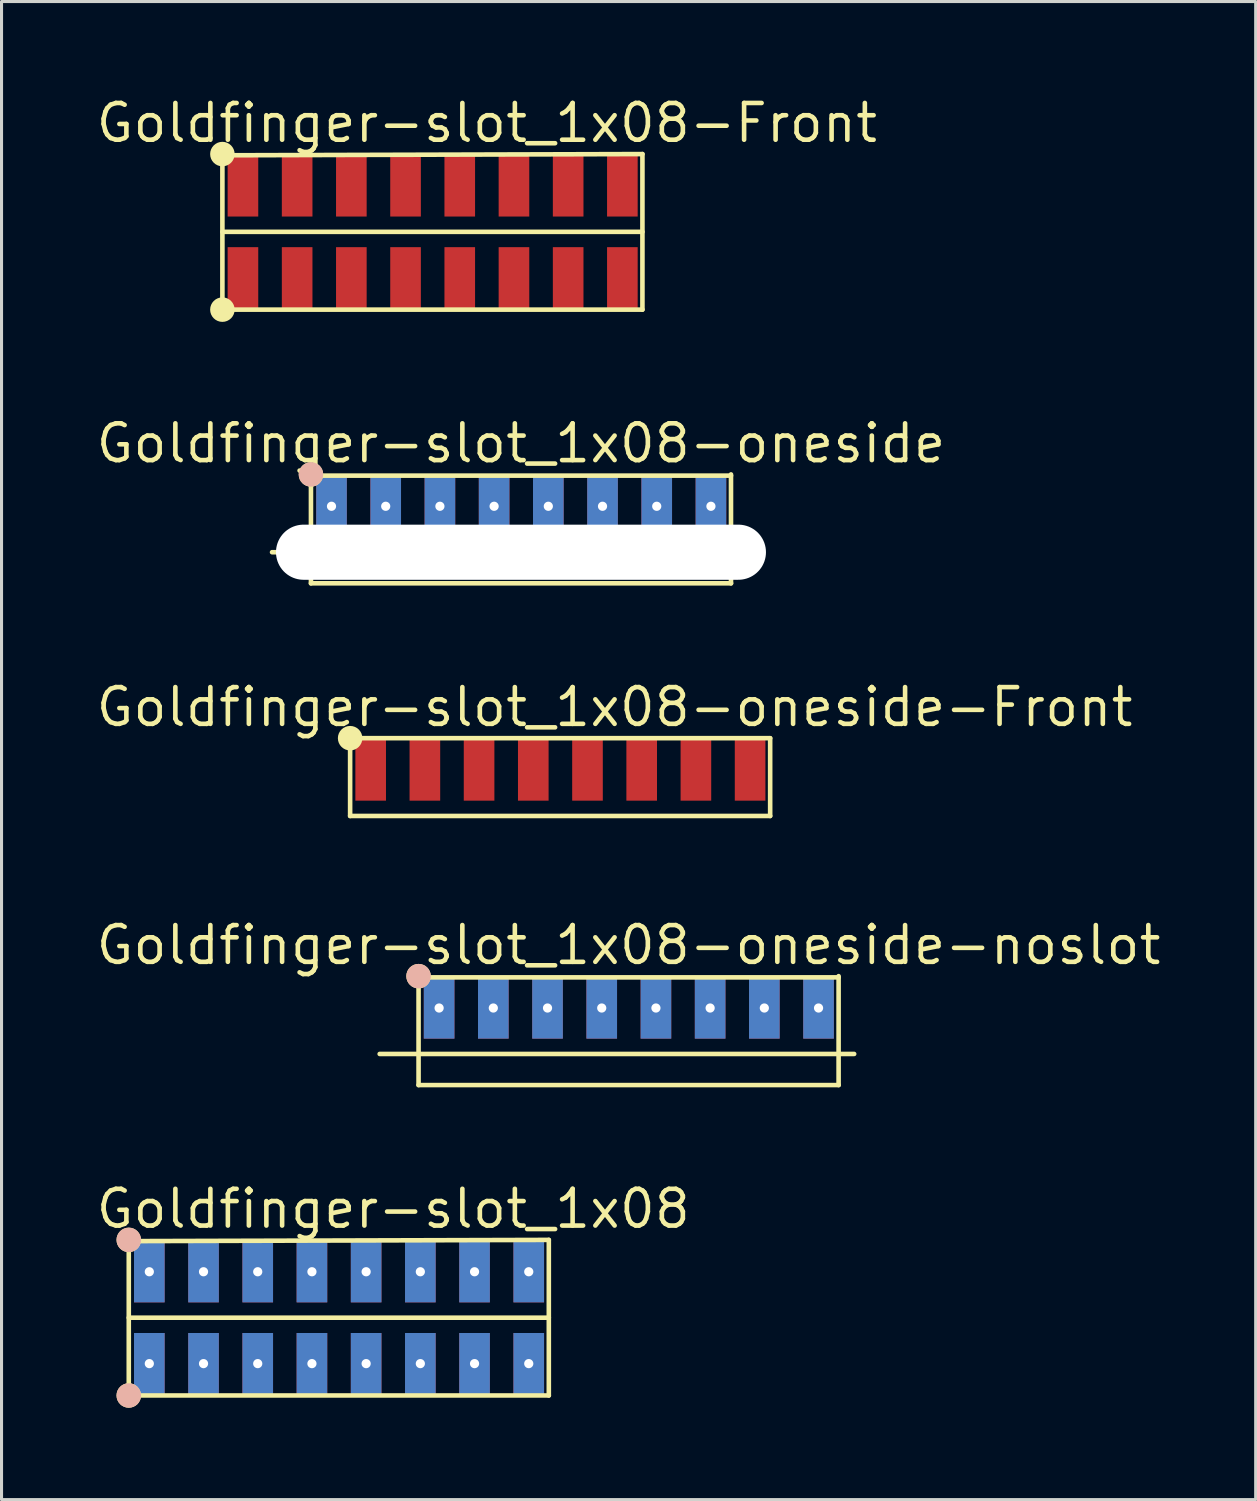
<source format=kicad_pcb>
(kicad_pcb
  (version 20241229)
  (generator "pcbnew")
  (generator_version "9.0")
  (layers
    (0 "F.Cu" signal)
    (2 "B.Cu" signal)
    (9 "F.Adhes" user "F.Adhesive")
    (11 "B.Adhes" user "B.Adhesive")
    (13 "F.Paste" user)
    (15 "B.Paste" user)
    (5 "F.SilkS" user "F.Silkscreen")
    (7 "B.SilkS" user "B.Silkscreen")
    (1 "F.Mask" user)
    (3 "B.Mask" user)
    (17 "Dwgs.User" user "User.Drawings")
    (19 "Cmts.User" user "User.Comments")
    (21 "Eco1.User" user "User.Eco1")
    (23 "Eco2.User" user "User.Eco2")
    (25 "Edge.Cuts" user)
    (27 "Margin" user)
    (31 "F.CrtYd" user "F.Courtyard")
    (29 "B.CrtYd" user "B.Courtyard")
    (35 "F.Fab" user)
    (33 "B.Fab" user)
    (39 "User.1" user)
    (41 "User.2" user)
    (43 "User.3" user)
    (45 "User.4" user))
  (footprint "Goldfinger-slot_1x08-Front"
    (layer "F.Cu")
    (at 12.848 4.521)
    (property "Reference" "Goldfinger-slot_1x08-Front" (at 0 -3.556 180) (layer "F.SilkS") (effects (font (size 1.2 1.2) (thickness 0.15))))
    (attr through_hole)
    (fp_line (start -8.636 2.5) (end -8.636 -2.5) (stroke (width 0.15) (type solid)) (layer "F.SilkS"))
    (fp_line (start -8.636 2.54) (end 5.08 2.54) (stroke (width 0.15) (type solid)) (layer "F.SilkS"))
    (fp_line (start 5.08 -2.54) (end -8.636 -2.5) (stroke (width 0.15) (type solid)) (layer "F.SilkS"))
    (fp_line (start 5.08 0) (end -8.636 0) (stroke (width 0.15) (type solid)) (layer "F.SilkS"))
    (fp_line (start 5.08 2.54) (end 5.08 -2.54) (stroke (width 0.15) (type solid)) (layer "F.SilkS"))
    (pad "" smd circle (at -8.636 -2.54) (size 0.8 0.8) (layers "F.SilkS"))
    (pad "" smd circle (at -8.636 2.54) (size 0.8 0.8) (layers "F.SilkS"))
    (pad "1" connect rect (at -7.965 -1.5) (size 1 2) (layers "F.Cu" "F.Mask"))
    (pad "1" smd rect (at -7.965 1.5) (size 1 2) (layers "F.Cu" "F.Mask"))
    (pad "2" connect rect (at -6.195 -1.5) (size 1 2) (layers "F.Cu" "F.Mask"))
    (pad "2" smd rect (at -6.195 1.5) (size 1 2) (layers "F.Cu" "F.Mask"))
    (pad "3" connect rect (at -4.425 -1.5) (size 1 2) (layers "F.Cu" "F.Mask"))
    (pad "3" smd rect (at -4.425 1.5) (size 1 2) (layers "F.Cu" "F.Mask"))
    (pad "4" connect rect (at -2.655 -1.5) (size 1 2) (layers "F.Cu" "F.Mask"))
    (pad "4" smd rect (at -2.655 1.5) (size 1 2) (layers "F.Cu" "F.Mask"))
    (pad "5" connect rect (at -0.885 -1.5) (size 1 2) (layers "F.Cu" "F.Mask"))
    (pad "5" smd rect (at -0.885 1.5) (size 1 2) (layers "F.Cu" "F.Mask"))
    (pad "6" connect rect (at 0.885 -1.5) (size 1 2) (layers "F.Cu" "F.Mask"))
    (pad "6" smd rect (at 0.885 1.5) (size 1 2) (layers "F.Cu" "F.Mask"))
    (pad "7" connect rect (at 2.655 -1.5) (size 1 2) (layers "F.Cu" "F.Mask"))
    (pad "7" smd rect (at 2.655 1.5) (size 1 2) (layers "F.Cu" "F.Mask"))
    (pad "8" connect rect (at 4.425 -1.5) (size 1 2) (layers "F.Cu" "F.Mask"))
    (pad "8" smd rect (at 4.425 1.5) (size 1 2) (layers "F.Cu" "F.Mask")))
  (footprint "Goldfinger-slot_1x08-oneside-noslot"
    (layer "F.Cu")
    (at 17.476 31.366)
    (property "Reference" "Goldfinger-slot_1x08-oneside-noslot" (at 0 -3.556 0) (layer "F.SilkS") (effects (font (size 1.2 1.2) (thickness 0.15))))
    (attr through_hole)
    (fp_line (start -6.858 1.016) (end -6.858 -2.5) (stroke (width 0.15) (type solid)) (layer "F.SilkS"))
    (fp_line (start -6.858 1.016) (end 6.86 1.016) (stroke (width 0.15) (type solid)) (layer "F.SilkS"))
    (fp_line (start 6.858 1.016) (end 6.858 -2.54) (stroke (width 0.15) (type solid)) (layer "F.SilkS"))
    (fp_line (start 6.858 -2.5) (end -6.858 -2.5) (stroke (width 0.15) (type solid)) (layer "F.SilkS"))
    (fp_line (start 7.366 0) (end -8.128 0) (stroke (width 0.15) (type solid)) (layer "F.SilkS"))
    (pad "" smd circle (at -6.858 -2.54) (size 0.8 0.8) (layers "*.SilkS"))
    (pad "" smd oval (at 0 0 270) (size 1.8 16) (layers "F.Mask"))
    (pad "1" thru_hole circle (at -6.187 -1.5) (size 0.6 0.6) (drill 0.3) (layers "*.Cu"))
    (pad "1" connect rect (at -6.187 -1.5) (size 1 2) (layers "F.Cu" "F.Mask"))
    (pad "1" smd rect (at -6.187 -1.5) (size 1 2) (layers "B.Cu" "B.Mask" "B.Paste"))
    (pad "2" thru_hole circle (at -4.417 -1.5) (size 0.6 0.6) (drill 0.3) (layers "*.Cu"))
    (pad "2" connect rect (at -4.417 -1.5) (size 1 2) (layers "F.Cu" "F.Mask"))
    (pad "2" smd rect (at -4.417 -1.5) (size 1 2) (layers "B.Cu" "B.Mask" "B.Paste"))
    (pad "3" thru_hole circle (at -2.647 -1.5) (size 0.6 0.6) (drill 0.3) (layers "*.Cu"))
    (pad "3" connect rect (at -2.647 -1.5) (size 1 2) (layers "F.Cu" "F.Mask"))
    (pad "3" smd rect (at -2.647 -1.5) (size 1 2) (layers "B.Cu" "B.Mask" "B.Paste"))
    (pad "4" thru_hole circle (at -0.877 -1.5) (size 0.6 0.6) (drill 0.3) (layers "*.Cu"))
    (pad "4" connect rect (at -0.877 -1.5) (size 1 2) (layers "F.Cu" "F.Mask"))
    (pad "4" smd rect (at -0.877 -1.5) (size 1 2) (layers "B.Cu" "B.Mask" "B.Paste"))
    (pad "5" thru_hole circle (at 0.893 -1.5) (size 0.6 0.6) (drill 0.3) (layers "*.Cu"))
    (pad "5" connect rect (at 0.893 -1.5) (size 1 2) (layers "F.Cu" "F.Mask"))
    (pad "5" smd rect (at 0.893 -1.5) (size 1 2) (layers "B.Cu" "B.Mask" "B.Paste"))
    (pad "6" thru_hole circle (at 2.663 -1.5) (size 0.6 0.6) (drill 0.3) (layers "*.Cu"))
    (pad "6" connect rect (at 2.663 -1.5) (size 1 2) (layers "F.Cu" "F.Mask"))
    (pad "6" smd rect (at 2.663 -1.5) (size 1 2) (layers "B.Cu" "B.Mask" "B.Paste"))
    (pad "7" thru_hole circle (at 4.433 -1.5) (size 0.6 0.6) (drill 0.3) (layers "*.Cu"))
    (pad "7" connect rect (at 4.433 -1.5) (size 1 2) (layers "F.Cu" "F.Mask"))
    (pad "7" smd rect (at 4.433 -1.5) (size 1 2) (layers "B.Cu" "B.Mask" "B.Paste"))
    (pad "8" thru_hole circle (at 6.203 -1.5) (size 0.6 0.6) (drill 0.3) (layers "*.Cu"))
    (pad "8" connect rect (at 6.203 -1.5) (size 1 2) (layers "F.Cu" "F.Mask"))
    (pad "8" smd rect (at 6.203 -1.5) (size 1 2) (layers "B.Cu" "B.Mask" "B.Paste")))
  (footprint "Goldfinger-slot_1x08-oneside-Front"
    (layer "F.Cu")
    (at 17.019 23.595)
    (property "Reference" "Goldfinger-slot_1x08-oneside-Front" (at 0 -3.556 0) (layer "F.SilkS") (effects (font (size 1.2 1.2) (thickness 0.15))))
    (attr through_hole)
    (fp_line (start -8.636 0) (end -8.636 -2.5) (stroke (width 0.15) (type solid)) (layer "F.SilkS"))
    (fp_line (start 5.08 -2.54) (end -8.636 -2.54) (stroke (width 0.15) (type solid)) (layer "F.SilkS"))
    (fp_line (start 5.08 0) (end -8.636 0) (stroke (width 0.15) (type solid)) (layer "F.SilkS"))
    (fp_line (start 5.08 0) (end 5.08 -2.54) (stroke (width 0.15) (type solid)) (layer "F.SilkS"))
    (pad "" smd circle (at -8.636 -2.54) (size 0.8 0.8) (layers "F.SilkS"))
    (pad "1" connect rect (at -7.965 -1.5) (size 1 2) (layers "F.Cu" "F.Mask"))
    (pad "2" connect rect (at -6.195 -1.5) (size 1 2) (layers "F.Cu" "F.Mask"))
    (pad "3" connect rect (at -4.425 -1.5) (size 1 2) (layers "F.Cu" "F.Mask"))
    (pad "4" connect rect (at -2.655 -1.5) (size 1 2) (layers "F.Cu" "F.Mask"))
    (pad "5" connect rect (at -0.885 -1.5) (size 1 2) (layers "F.Cu" "F.Mask"))
    (pad "6" connect rect (at 0.885 -1.5) (size 1 2) (layers "F.Cu" "F.Mask"))
    (pad "7" connect rect (at 2.655 -1.5) (size 1 2) (layers "F.Cu" "F.Mask"))
    (pad "8" connect rect (at 4.425 -1.5) (size 1 2) (layers "F.Cu" "F.Mask")))
  (footprint "Goldfinger-slot_1x08"
    (layer "F.Cu")
    (at 9.791 39.978)
    (property "Reference" "Goldfinger-slot_1x08" (at 0 -3.556 180) (layer "F.SilkS") (effects (font (size 1.2 1.2) (thickness 0.15))))
    (attr through_hole)
    (fp_line (start -8.636 2.5) (end -8.636 -2.5) (stroke (width 0.15) (type solid)) (layer "F.SilkS"))
    (fp_line (start -8.636 2.54) (end 5.08 2.54) (stroke (width 0.15) (type solid)) (layer "F.SilkS"))
    (fp_line (start 5.08 -2.54) (end -8.636 -2.5) (stroke (width 0.15) (type solid)) (layer "F.SilkS"))
    (fp_line (start 5.08 0) (end -8.636 0) (stroke (width 0.15) (type solid)) (layer "F.SilkS"))
    (fp_line (start 5.08 2.54) (end 5.08 -2.54) (stroke (width 0.15) (type solid)) (layer "F.SilkS"))
    (pad "" smd circle (at -8.636 -2.54) (size 0.8 0.8) (layers "*.SilkS"))
    (pad "" smd circle (at -8.636 2.54) (size 0.8 0.8) (layers "*.SilkS"))
    (pad "1" thru_hole circle (at -7.965 -1.5) (size 0.6 0.6) (drill 0.3) (layers "*.Cu"))
    (pad "1" connect rect (at -7.965 -1.5) (size 1 2) (layers "F.Cu" "F.Mask"))
    (pad "1" smd rect (at -7.965 -1.5) (size 1 2) (layers "B.Cu" "B.Mask" "B.Paste"))
    (pad "1" thru_hole circle (at -7.965 1.5) (size 0.6 0.6) (drill 0.3) (layers "*.Cu"))
    (pad "1" smd rect (at -7.965 1.5) (size 1 2) (layers "F.Cu" "F.Mask"))
    (pad "1" smd rect (at -7.965 1.5) (size 1 2) (layers "B.Cu" "B.Mask" "B.Paste"))
    (pad "2" thru_hole circle (at -6.195 -1.5) (size 0.6 0.6) (drill 0.3) (layers "*.Cu"))
    (pad "2" connect rect (at -6.195 -1.5) (size 1 2) (layers "F.Cu" "F.Mask"))
    (pad "2" smd rect (at -6.195 -1.5) (size 1 2) (layers "B.Cu" "B.Mask" "B.Paste"))
    (pad "2" thru_hole circle (at -6.195 1.5) (size 0.6 0.6) (drill 0.3) (layers "*.Cu"))
    (pad "2" smd rect (at -6.195 1.5) (size 1 2) (layers "F.Cu" "F.Mask"))
    (pad "2" smd rect (at -6.195 1.5) (size 1 2) (layers "B.Cu" "B.Mask" "B.Paste"))
    (pad "3" thru_hole circle (at -4.425 -1.5) (size 0.6 0.6) (drill 0.3) (layers "*.Cu"))
    (pad "3" connect rect (at -4.425 -1.5) (size 1 2) (layers "F.Cu" "F.Mask"))
    (pad "3" smd rect (at -4.425 -1.5) (size 1 2) (layers "B.Cu" "B.Mask" "B.Paste"))
    (pad "3" thru_hole circle (at -4.425 1.5) (size 0.6 0.6) (drill 0.3) (layers "*.Cu"))
    (pad "3" smd rect (at -4.425 1.5) (size 1 2) (layers "F.Cu" "F.Mask"))
    (pad "3" smd rect (at -4.425 1.5) (size 1 2) (layers "B.Cu" "B.Mask" "B.Paste"))
    (pad "4" thru_hole circle (at -2.655 -1.5) (size 0.6 0.6) (drill 0.3) (layers "*.Cu"))
    (pad "4" connect rect (at -2.655 -1.5) (size 1 2) (layers "F.Cu" "F.Mask"))
    (pad "4" smd rect (at -2.655 -1.5) (size 1 2) (layers "B.Cu" "B.Mask" "B.Paste"))
    (pad "4" thru_hole circle (at -2.655 1.5) (size 0.6 0.6) (drill 0.3) (layers "*.Cu"))
    (pad "4" smd rect (at -2.655 1.5) (size 1 2) (layers "F.Cu" "F.Mask"))
    (pad "4" smd rect (at -2.655 1.5) (size 1 2) (layers "B.Cu" "B.Mask" "B.Paste"))
    (pad "5" thru_hole circle (at -0.885 -1.5) (size 0.6 0.6) (drill 0.3) (layers "*.Cu"))
    (pad "5" connect rect (at -0.885 -1.5) (size 1 2) (layers "F.Cu" "F.Mask"))
    (pad "5" smd rect (at -0.885 -1.5) (size 1 2) (layers "B.Cu" "B.Mask" "B.Paste"))
    (pad "5" thru_hole circle (at -0.885 1.5) (size 0.6 0.6) (drill 0.3) (layers "*.Cu"))
    (pad "5" smd rect (at -0.885 1.5) (size 1 2) (layers "F.Cu" "F.Mask"))
    (pad "5" smd rect (at -0.885 1.5) (size 1 2) (layers "B.Cu" "B.Mask" "B.Paste"))
    (pad "6" thru_hole circle (at 0.885 -1.5) (size 0.6 0.6) (drill 0.3) (layers "*.Cu"))
    (pad "6" connect rect (at 0.885 -1.5) (size 1 2) (layers "F.Cu" "F.Mask"))
    (pad "6" smd rect (at 0.885 -1.5) (size 1 2) (layers "B.Cu" "B.Mask" "B.Paste"))
    (pad "6" thru_hole circle (at 0.885 1.5) (size 0.6 0.6) (drill 0.3) (layers "*.Cu"))
    (pad "6" smd rect (at 0.885 1.5) (size 1 2) (layers "F.Cu" "F.Mask"))
    (pad "6" smd rect (at 0.885 1.5) (size 1 2) (layers "B.Cu" "B.Mask" "B.Paste"))
    (pad "7" thru_hole circle (at 2.655 -1.5) (size 0.6 0.6) (drill 0.3) (layers "*.Cu"))
    (pad "7" connect rect (at 2.655 -1.5) (size 1 2) (layers "F.Cu" "F.Mask"))
    (pad "7" smd rect (at 2.655 -1.5) (size 1 2) (layers "B.Cu" "B.Mask" "B.Paste"))
    (pad "7" thru_hole circle (at 2.655 1.5) (size 0.6 0.6) (drill 0.3) (layers "*.Cu"))
    (pad "7" smd rect (at 2.655 1.5) (size 1 2) (layers "F.Cu" "F.Mask"))
    (pad "7" smd rect (at 2.655 1.5) (size 1 2) (layers "B.Cu" "B.Mask" "B.Paste"))
    (pad "8" thru_hole circle (at 4.425 -1.5) (size 0.6 0.6) (drill 0.3) (layers "*.Cu"))
    (pad "8" connect rect (at 4.425 -1.5) (size 1 2) (layers "F.Cu" "F.Mask"))
    (pad "8" smd rect (at 4.425 -1.5) (size 1 2) (layers "B.Cu" "B.Mask" "B.Paste"))
    (pad "8" thru_hole circle (at 4.425 1.5) (size 0.6 0.6) (drill 0.3) (layers "*.Cu"))
    (pad "8" smd rect (at 4.425 1.5) (size 1 2) (layers "F.Cu" "F.Mask"))
    (pad "8" smd rect (at 4.425 1.5) (size 1 2) (layers "B.Cu" "B.Mask" "B.Paste")))
  (footprint "Goldfinger-slot_1x08-oneside"
    (layer "F.Cu")
    (at 13.962 14.982)
    (property "Reference" "Goldfinger-slot_1x08-oneside" (at 0 -3.556 0) (layer "F.SilkS") (effects (font (size 1.2 1.2) (thickness 0.15))))
    (attr through_hole)
    (fp_line (start -6.858 1.016) (end -6.858 -2.5) (stroke (width 0.15) (type solid)) (layer "F.SilkS"))
    (fp_line (start -6.858 1.016) (end 6.86 1.016) (stroke (width 0.15) (type solid)) (layer "F.SilkS"))
    (fp_line (start 6.858 1.016) (end 6.858 -2.54) (stroke (width 0.15) (type solid)) (layer "F.SilkS"))
    (fp_line (start 6.858 -2.5) (end -6.858 -2.5) (stroke (width 0.15) (type solid)) (layer "F.SilkS"))
    (fp_line (start 7.366 0) (end -8.128 0) (stroke (width 0.15) (type solid)) (layer "F.SilkS"))
    (pad "" smd circle (at -6.858 -2.54) (size 0.8 0.8) (layers "*.SilkS"))
    (pad "" np_thru_hole oval (at 0 0 270) (size 1.8 16) (drill oval 1.8 16) (layers "*.Cu"))
    (pad "1" thru_hole circle (at -6.187 -1.5) (size 0.6 0.6) (drill 0.3) (layers "*.Cu"))
    (pad "1" connect rect (at -6.187 -1.5) (size 1 2) (layers "F.Cu" "F.Mask"))
    (pad "1" smd rect (at -6.187 -1.5) (size 1 2) (layers "B.Cu" "B.Mask" "B.Paste"))
    (pad "2" thru_hole circle (at -4.417 -1.5) (size 0.6 0.6) (drill 0.3) (layers "*.Cu"))
    (pad "2" connect rect (at -4.417 -1.5) (size 1 2) (layers "F.Cu" "F.Mask"))
    (pad "2" smd rect (at -4.417 -1.5) (size 1 2) (layers "B.Cu" "B.Mask" "B.Paste"))
    (pad "3" thru_hole circle (at -2.647 -1.5) (size 0.6 0.6) (drill 0.3) (layers "*.Cu"))
    (pad "3" connect rect (at -2.647 -1.5) (size 1 2) (layers "F.Cu" "F.Mask"))
    (pad "3" smd rect (at -2.647 -1.5) (size 1 2) (layers "B.Cu" "B.Mask" "B.Paste"))
    (pad "4" thru_hole circle (at -0.877 -1.5) (size 0.6 0.6) (drill 0.3) (layers "*.Cu"))
    (pad "4" connect rect (at -0.877 -1.5) (size 1 2) (layers "F.Cu" "F.Mask"))
    (pad "4" smd rect (at -0.877 -1.5) (size 1 2) (layers "B.Cu" "B.Mask" "B.Paste"))
    (pad "5" thru_hole circle (at 0.893 -1.5) (size 0.6 0.6) (drill 0.3) (layers "*.Cu"))
    (pad "5" connect rect (at 0.893 -1.5) (size 1 2) (layers "F.Cu" "F.Mask"))
    (pad "5" smd rect (at 0.893 -1.5) (size 1 2) (layers "B.Cu" "B.Mask" "B.Paste"))
    (pad "6" thru_hole circle (at 2.663 -1.5) (size 0.6 0.6) (drill 0.3) (layers "*.Cu"))
    (pad "6" connect rect (at 2.663 -1.5) (size 1 2) (layers "F.Cu" "F.Mask"))
    (pad "6" smd rect (at 2.663 -1.5) (size 1 2) (layers "B.Cu" "B.Mask" "B.Paste"))
    (pad "7" thru_hole circle (at 4.433 -1.5) (size 0.6 0.6) (drill 0.3) (layers "*.Cu"))
    (pad "7" connect rect (at 4.433 -1.5) (size 1 2) (layers "F.Cu" "F.Mask"))
    (pad "7" smd rect (at 4.433 -1.5) (size 1 2) (layers "B.Cu" "B.Mask" "B.Paste"))
    (pad "8" thru_hole circle (at 6.203 -1.5) (size 0.6 0.6) (drill 0.3) (layers "*.Cu"))
    (pad "8" connect rect (at 6.203 -1.5) (size 1 2) (layers "F.Cu" "F.Mask"))
    (pad "8" smd rect (at 6.203 -1.5) (size 1 2) (layers "B.Cu" "B.Mask" "B.Paste")))
  (gr_rect
    (start -3 -3)
    (end 37.953 45.918)
    (stroke (width 0.1) (type default))
    (fill no)
    (layer "Edge.Cuts")))
</source>
